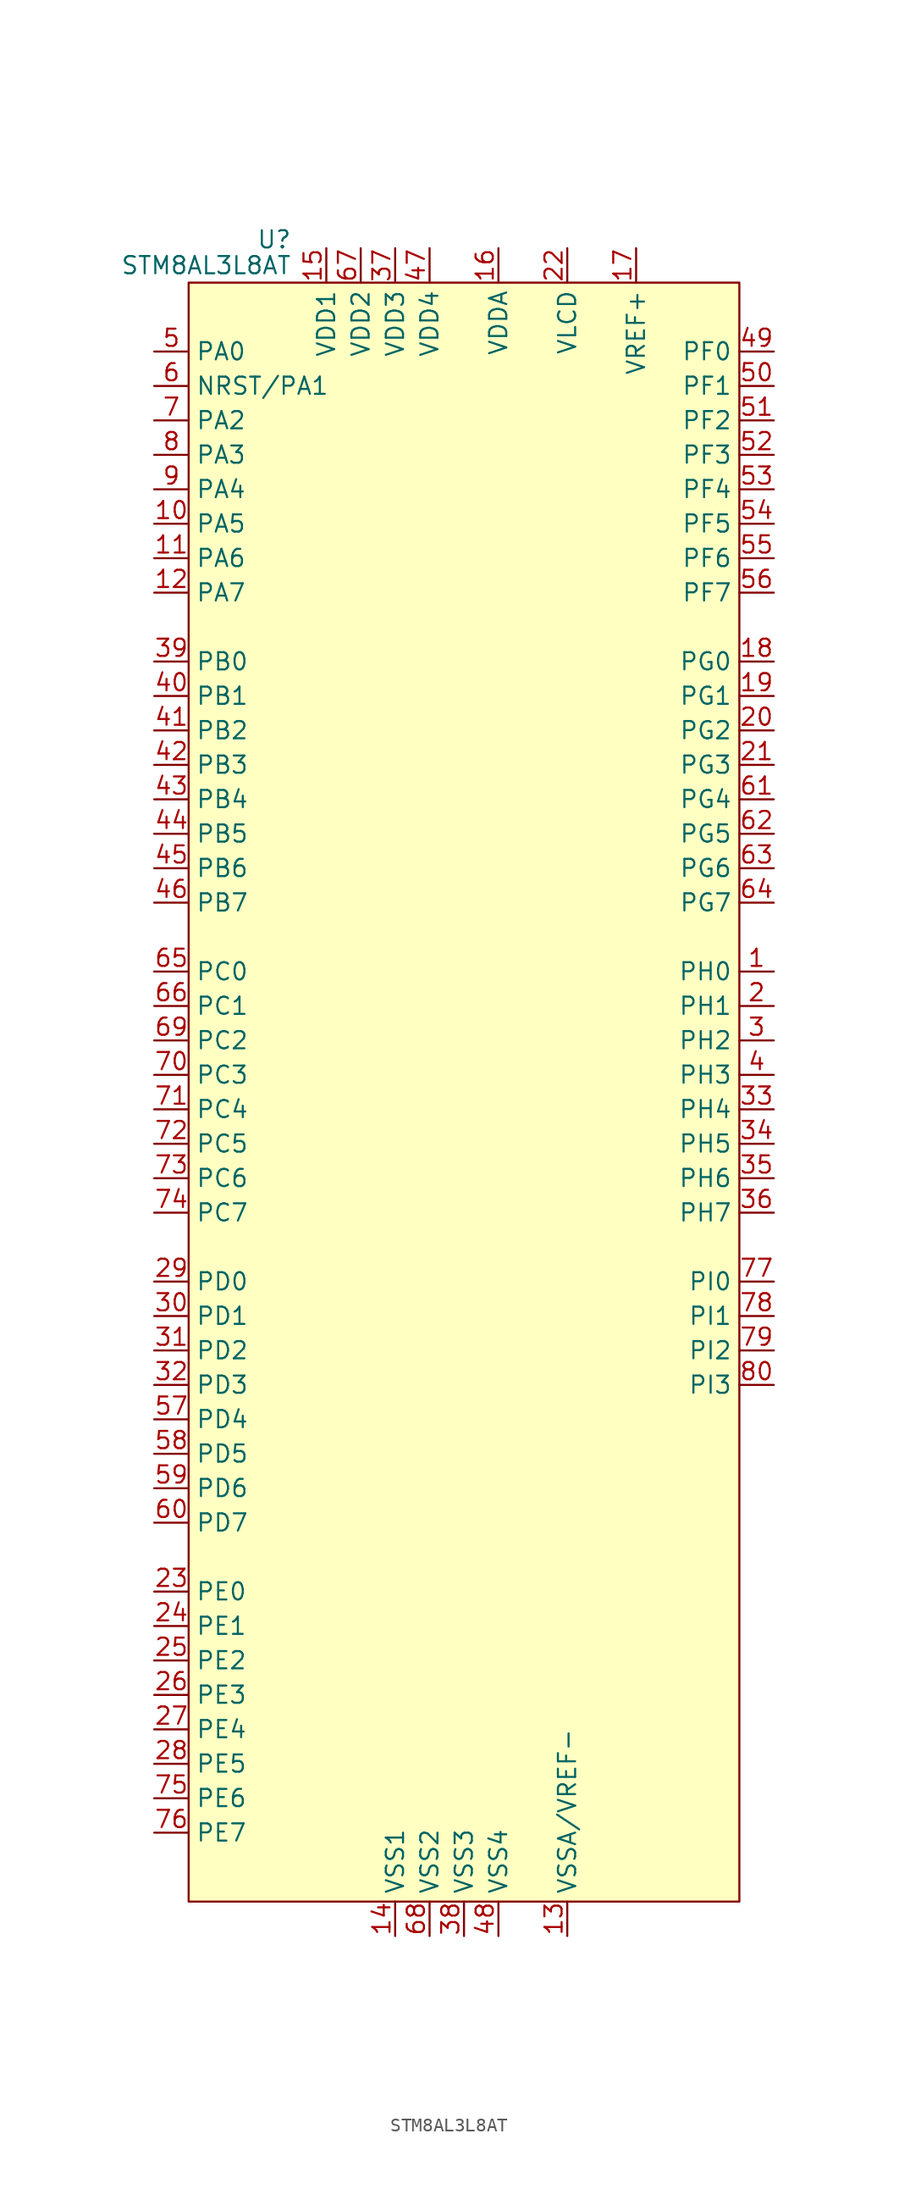
<source format=kicad_sym>
(kicad_symbol_lib
  (version 20201005)
  (generator kicad_symbol_editor)
  (symbol "MCU_ST_STM8:STM8AL3L8AT"
    (property "Reference" "U"
      (at -12.7 61.595 0)
      (effects (font (size 1.27 1.27)) (justify right)))
    (property "Value" "STM8AL3L8AT"
      (at -12.7 59.69 0)
      (effects (font (size 1.27 1.27)) (justify right)))
    (symbol "STM8AL3L8AT_0_0"
      (pin bidirectional line (at 22.86 7.62 180) (length 2.54) (name "PH0" (effects (font (size 1.27 1.27)))) (number "1" (effects (font (size 1.27 1.27)))))
      (pin bidirectional line (at -22.86 40.64 0) (length 2.54) (name "PA5" (effects (font (size 1.27 1.27)))) (number "10" (effects (font (size 1.27 1.27)))))
      (pin bidirectional line (at -22.86 38.1 0) (length 2.54) (name "PA6" (effects (font (size 1.27 1.27)))) (number "11" (effects (font (size 1.27 1.27)))))
      (pin bidirectional line (at -22.86 35.56 0) (length 2.54) (name "PA7" (effects (font (size 1.27 1.27)))) (number "12" (effects (font (size 1.27 1.27)))))
      (pin power_in line (at 7.62 -63.5 90) (length 2.54) (name "VSSA/VREF-" (effects (font (size 1.27 1.27)))) (number "13" (effects (font (size 1.27 1.27)))))
      (pin power_in line (at -5.08 -63.5 90) (length 2.54) (name "VSS1" (effects (font (size 1.27 1.27)))) (number "14" (effects (font (size 1.27 1.27)))))
      (pin power_in line (at -10.16 60.96 270) (length 2.54) (name "VDD1" (effects (font (size 1.27 1.27)))) (number "15" (effects (font (size 1.27 1.27)))))
      (pin power_in line (at 2.54 60.96 270) (length 2.54) (name "VDDA" (effects (font (size 1.27 1.27)))) (number "16" (effects (font (size 1.27 1.27)))))
      (pin power_in line (at 12.7 60.96 270) (length 2.54) (name "VREF+" (effects (font (size 1.27 1.27)))) (number "17" (effects (font (size 1.27 1.27)))))
      (pin bidirectional line (at 22.86 30.48 180) (length 2.54) (name "PG0" (effects (font (size 1.27 1.27)))) (number "18" (effects (font (size 1.27 1.27)))))
      (pin bidirectional line (at 22.86 27.94 180) (length 2.54) (name "PG1" (effects (font (size 1.27 1.27)))) (number "19" (effects (font (size 1.27 1.27)))))
      (pin bidirectional line (at 22.86 5.08 180) (length 2.54) (name "PH1" (effects (font (size 1.27 1.27)))) (number "2" (effects (font (size 1.27 1.27)))))
      (pin bidirectional line (at 22.86 25.4 180) (length 2.54) (name "PG2" (effects (font (size 1.27 1.27)))) (number "20" (effects (font (size 1.27 1.27)))))
      (pin bidirectional line (at 22.86 22.86 180) (length 2.54) (name "PG3" (effects (font (size 1.27 1.27)))) (number "21" (effects (font (size 1.27 1.27)))))
      (pin power_in line (at 7.62 60.96 270) (length 2.54) (name "VLCD" (effects (font (size 1.27 1.27)))) (number "22" (effects (font (size 1.27 1.27)))))
      (pin bidirectional line (at -22.86 -38.1 0) (length 2.54) (name "PE0" (effects (font (size 1.27 1.27)))) (number "23" (effects (font (size 1.27 1.27)))))
      (pin bidirectional line (at -22.86 -40.64 0) (length 2.54) (name "PE1" (effects (font (size 1.27 1.27)))) (number "24" (effects (font (size 1.27 1.27)))))
      (pin bidirectional line (at -22.86 -43.18 0) (length 2.54) (name "PE2" (effects (font (size 1.27 1.27)))) (number "25" (effects (font (size 1.27 1.27)))))
      (pin bidirectional line (at -22.86 -45.72 0) (length 2.54) (name "PE3" (effects (font (size 1.27 1.27)))) (number "26" (effects (font (size 1.27 1.27)))))
      (pin bidirectional line (at -22.86 -48.26 0) (length 2.54) (name "PE4" (effects (font (size 1.27 1.27)))) (number "27" (effects (font (size 1.27 1.27)))))
      (pin bidirectional line (at -22.86 -50.8 0) (length 2.54) (name "PE5" (effects (font (size 1.27 1.27)))) (number "28" (effects (font (size 1.27 1.27)))))
      (pin bidirectional line (at -22.86 -15.24 0) (length 2.54) (name "PD0" (effects (font (size 1.27 1.27)))) (number "29" (effects (font (size 1.27 1.27)))))
      (pin bidirectional line (at 22.86 2.54 180) (length 2.54) (name "PH2" (effects (font (size 1.27 1.27)))) (number "3" (effects (font (size 1.27 1.27)))))
      (pin bidirectional line (at -22.86 -17.78 0) (length 2.54) (name "PD1" (effects (font (size 1.27 1.27)))) (number "30" (effects (font (size 1.27 1.27)))))
      (pin bidirectional line (at -22.86 -20.32 0) (length 2.54) (name "PD2" (effects (font (size 1.27 1.27)))) (number "31" (effects (font (size 1.27 1.27)))))
      (pin bidirectional line (at -22.86 -22.86 0) (length 2.54) (name "PD3" (effects (font (size 1.27 1.27)))) (number "32" (effects (font (size 1.27 1.27)))))
      (pin bidirectional line (at 22.86 -2.54 180) (length 2.54) (name "PH4" (effects (font (size 1.27 1.27)))) (number "33" (effects (font (size 1.27 1.27)))))
      (pin bidirectional line (at 22.86 -5.08 180) (length 2.54) (name "PH5" (effects (font (size 1.27 1.27)))) (number "34" (effects (font (size 1.27 1.27)))))
      (pin bidirectional line (at 22.86 -7.62 180) (length 2.54) (name "PH6" (effects (font (size 1.27 1.27)))) (number "35" (effects (font (size 1.27 1.27)))))
      (pin bidirectional line (at 22.86 -10.16 180) (length 2.54) (name "PH7" (effects (font (size 1.27 1.27)))) (number "36" (effects (font (size 1.27 1.27)))))
      (pin power_in line (at -5.08 60.96 270) (length 2.54) (name "VDD3" (effects (font (size 1.27 1.27)))) (number "37" (effects (font (size 1.27 1.27)))))
      (pin power_in line (at 0 -63.5 90) (length 2.54) (name "VSS3" (effects (font (size 1.27 1.27)))) (number "38" (effects (font (size 1.27 1.27)))))
      (pin bidirectional line (at -22.86 30.48 0) (length 2.54) (name "PB0" (effects (font (size 1.27 1.27)))) (number "39" (effects (font (size 1.27 1.27)))))
      (pin bidirectional line (at 22.86 0 180) (length 2.54) (name "PH3" (effects (font (size 1.27 1.27)))) (number "4" (effects (font (size 1.27 1.27)))))
      (pin bidirectional line (at -22.86 27.94 0) (length 2.54) (name "PB1" (effects (font (size 1.27 1.27)))) (number "40" (effects (font (size 1.27 1.27)))))
      (pin bidirectional line (at -22.86 25.4 0) (length 2.54) (name "PB2" (effects (font (size 1.27 1.27)))) (number "41" (effects (font (size 1.27 1.27)))))
      (pin bidirectional line (at -22.86 22.86 0) (length 2.54) (name "PB3" (effects (font (size 1.27 1.27)))) (number "42" (effects (font (size 1.27 1.27)))))
      (pin bidirectional line (at -22.86 20.32 0) (length 2.54) (name "PB4" (effects (font (size 1.27 1.27)))) (number "43" (effects (font (size 1.27 1.27)))))
      (pin bidirectional line (at -22.86 17.78 0) (length 2.54) (name "PB5" (effects (font (size 1.27 1.27)))) (number "44" (effects (font (size 1.27 1.27)))))
      (pin bidirectional line (at -22.86 15.24 0) (length 2.54) (name "PB6" (effects (font (size 1.27 1.27)))) (number "45" (effects (font (size 1.27 1.27)))))
      (pin bidirectional line (at -22.86 12.7 0) (length 2.54) (name "PB7" (effects (font (size 1.27 1.27)))) (number "46" (effects (font (size 1.27 1.27)))))
      (pin power_in line (at -2.54 60.96 270) (length 2.54) (name "VDD4" (effects (font (size 1.27 1.27)))) (number "47" (effects (font (size 1.27 1.27)))))
      (pin power_in line (at 2.54 -63.5 90) (length 2.54) (name "VSS4" (effects (font (size 1.27 1.27)))) (number "48" (effects (font (size 1.27 1.27)))))
      (pin bidirectional line (at 22.86 53.34 180) (length 2.54) (name "PF0" (effects (font (size 1.27 1.27)))) (number "49" (effects (font (size 1.27 1.27)))))
      (pin bidirectional line (at -22.86 53.34 0) (length 2.54) (name "PA0" (effects (font (size 1.27 1.27)))) (number "5" (effects (font (size 1.27 1.27)))))
      (pin bidirectional line (at 22.86 50.8 180) (length 2.54) (name "PF1" (effects (font (size 1.27 1.27)))) (number "50" (effects (font (size 1.27 1.27)))))
      (pin bidirectional line (at 22.86 48.26 180) (length 2.54) (name "PF2" (effects (font (size 1.27 1.27)))) (number "51" (effects (font (size 1.27 1.27)))))
      (pin bidirectional line (at 22.86 45.72 180) (length 2.54) (name "PF3" (effects (font (size 1.27 1.27)))) (number "52" (effects (font (size 1.27 1.27)))))
      (pin bidirectional line (at 22.86 43.18 180) (length 2.54) (name "PF4" (effects (font (size 1.27 1.27)))) (number "53" (effects (font (size 1.27 1.27)))))
      (pin bidirectional line (at 22.86 40.64 180) (length 2.54) (name "PF5" (effects (font (size 1.27 1.27)))) (number "54" (effects (font (size 1.27 1.27)))))
      (pin bidirectional line (at 22.86 38.1 180) (length 2.54) (name "PF6" (effects (font (size 1.27 1.27)))) (number "55" (effects (font (size 1.27 1.27)))))
      (pin bidirectional line (at 22.86 35.56 180) (length 2.54) (name "PF7" (effects (font (size 1.27 1.27)))) (number "56" (effects (font (size 1.27 1.27)))))
      (pin bidirectional line (at -22.86 -25.4 0) (length 2.54) (name "PD4" (effects (font (size 1.27 1.27)))) (number "57" (effects (font (size 1.27 1.27)))))
      (pin bidirectional line (at -22.86 -27.94 0) (length 2.54) (name "PD5" (effects (font (size 1.27 1.27)))) (number "58" (effects (font (size 1.27 1.27)))))
      (pin bidirectional line (at -22.86 -30.48 0) (length 2.54) (name "PD6" (effects (font (size 1.27 1.27)))) (number "59" (effects (font (size 1.27 1.27)))))
      (pin bidirectional line (at -22.86 50.8 0) (length 2.54) (name "NRST/PA1" (effects (font (size 1.27 1.27)))) (number "6" (effects (font (size 1.27 1.27)))))
      (pin bidirectional line (at -22.86 -33.02 0) (length 2.54) (name "PD7" (effects (font (size 1.27 1.27)))) (number "60" (effects (font (size 1.27 1.27)))))
      (pin bidirectional line (at 22.86 20.32 180) (length 2.54) (name "PG4" (effects (font (size 1.27 1.27)))) (number "61" (effects (font (size 1.27 1.27)))))
      (pin bidirectional line (at 22.86 17.78 180) (length 2.54) (name "PG5" (effects (font (size 1.27 1.27)))) (number "62" (effects (font (size 1.27 1.27)))))
      (pin bidirectional line (at 22.86 15.24 180) (length 2.54) (name "PG6" (effects (font (size 1.27 1.27)))) (number "63" (effects (font (size 1.27 1.27)))))
      (pin bidirectional line (at 22.86 12.7 180) (length 2.54) (name "PG7" (effects (font (size 1.27 1.27)))) (number "64" (effects (font (size 1.27 1.27)))))
      (pin bidirectional line (at -22.86 7.62 0) (length 2.54) (name "PC0" (effects (font (size 1.27 1.27)))) (number "65" (effects (font (size 1.27 1.27)))))
      (pin bidirectional line (at -22.86 5.08 0) (length 2.54) (name "PC1" (effects (font (size 1.27 1.27)))) (number "66" (effects (font (size 1.27 1.27)))))
      (pin power_in line (at -7.62 60.96 270) (length 2.54) (name "VDD2" (effects (font (size 1.27 1.27)))) (number "67" (effects (font (size 1.27 1.27)))))
      (pin power_in line (at -2.54 -63.5 90) (length 2.54) (name "VSS2" (effects (font (size 1.27 1.27)))) (number "68" (effects (font (size 1.27 1.27)))))
      (pin bidirectional line (at -22.86 2.54 0) (length 2.54) (name "PC2" (effects (font (size 1.27 1.27)))) (number "69" (effects (font (size 1.27 1.27)))))
      (pin bidirectional line (at -22.86 48.26 0) (length 2.54) (name "PA2" (effects (font (size 1.27 1.27)))) (number "7" (effects (font (size 1.27 1.27)))))
      (pin bidirectional line (at -22.86 0 0) (length 2.54) (name "PC3" (effects (font (size 1.27 1.27)))) (number "70" (effects (font (size 1.27 1.27)))))
      (pin bidirectional line (at -22.86 -2.54 0) (length 2.54) (name "PC4" (effects (font (size 1.27 1.27)))) (number "71" (effects (font (size 1.27 1.27)))))
      (pin bidirectional line (at -22.86 -5.08 0) (length 2.54) (name "PC5" (effects (font (size 1.27 1.27)))) (number "72" (effects (font (size 1.27 1.27)))))
      (pin bidirectional line (at -22.86 -7.62 0) (length 2.54) (name "PC6" (effects (font (size 1.27 1.27)))) (number "73" (effects (font (size 1.27 1.27)))))
      (pin bidirectional line (at -22.86 -10.16 0) (length 2.54) (name "PC7" (effects (font (size 1.27 1.27)))) (number "74" (effects (font (size 1.27 1.27)))))
      (pin bidirectional line (at -22.86 -53.34 0) (length 2.54) (name "PE6" (effects (font (size 1.27 1.27)))) (number "75" (effects (font (size 1.27 1.27)))))
      (pin bidirectional line (at -22.86 -55.88 0) (length 2.54) (name "PE7" (effects (font (size 1.27 1.27)))) (number "76" (effects (font (size 1.27 1.27)))))
      (pin bidirectional line (at 22.86 -15.24 180) (length 2.54) (name "PI0" (effects (font (size 1.27 1.27)))) (number "77" (effects (font (size 1.27 1.27)))))
      (pin bidirectional line (at 22.86 -17.78 180) (length 2.54) (name "PI1" (effects (font (size 1.27 1.27)))) (number "78" (effects (font (size 1.27 1.27)))))
      (pin bidirectional line (at 22.86 -20.32 180) (length 2.54) (name "PI2" (effects (font (size 1.27 1.27)))) (number "79" (effects (font (size 1.27 1.27)))))
      (pin bidirectional line (at -22.86 45.72 0) (length 2.54) (name "PA3" (effects (font (size 1.27 1.27)))) (number "8" (effects (font (size 1.27 1.27)))))
      (pin bidirectional line (at 22.86 -22.86 180) (length 2.54) (name "PI3" (effects (font (size 1.27 1.27)))) (number "80" (effects (font (size 1.27 1.27)))))
      (pin bidirectional line (at -22.86 43.18 0) (length 2.54) (name "PA4" (effects (font (size 1.27 1.27)))) (number "9" (effects (font (size 1.27 1.27))))))
    (symbol "STM8AL3L8AT_0_1"
      (rectangle (start -20.32 58.42) (end 20.32 -60.96) (stroke (width 0)) (fill (type background))))))
</source>
